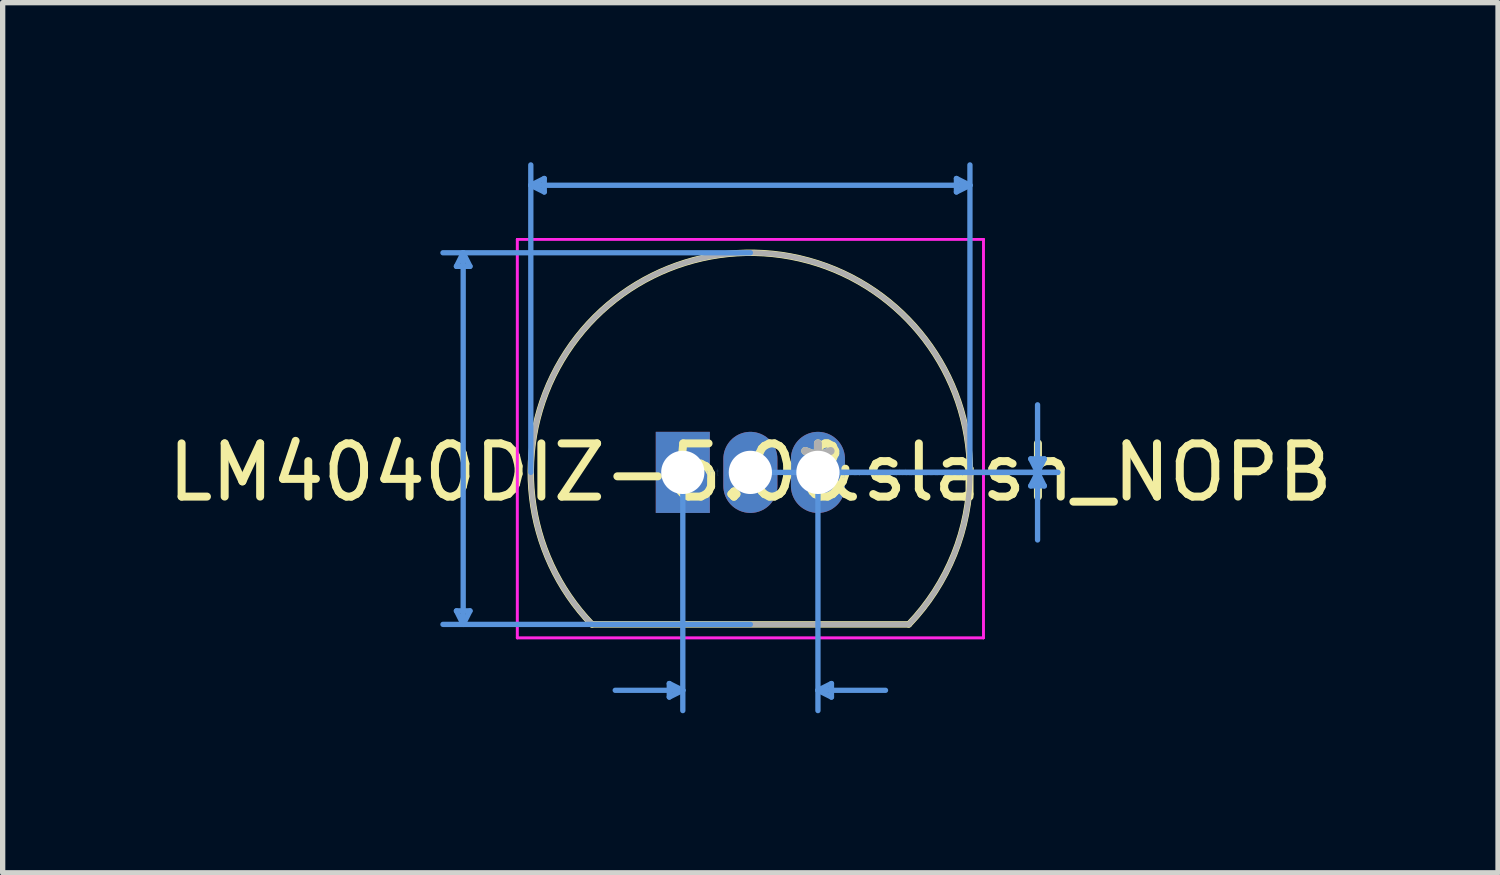
<source format=kicad_pcb>
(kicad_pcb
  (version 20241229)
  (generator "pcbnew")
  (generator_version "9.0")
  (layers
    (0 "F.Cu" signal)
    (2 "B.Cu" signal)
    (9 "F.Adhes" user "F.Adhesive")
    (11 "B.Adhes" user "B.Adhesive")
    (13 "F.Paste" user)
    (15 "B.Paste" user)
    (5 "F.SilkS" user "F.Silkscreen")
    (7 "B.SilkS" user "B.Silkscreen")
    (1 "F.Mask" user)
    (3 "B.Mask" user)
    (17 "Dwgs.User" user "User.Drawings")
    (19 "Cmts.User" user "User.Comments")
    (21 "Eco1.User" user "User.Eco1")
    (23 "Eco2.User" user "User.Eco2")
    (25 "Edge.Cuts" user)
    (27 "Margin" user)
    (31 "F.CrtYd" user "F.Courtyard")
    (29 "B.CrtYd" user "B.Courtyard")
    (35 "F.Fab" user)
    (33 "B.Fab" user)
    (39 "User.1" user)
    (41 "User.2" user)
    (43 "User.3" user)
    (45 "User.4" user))
  (footprint "LM4040DIZ-5.0&slash_NOPB"
    (layer "F.Cu")
    (at 12.324 5.829)
    (property "Reference" "LM4040DIZ-5.0&slash_NOPB" (at -1.27 0 0) (layer "F.SilkS") (effects (font (size 1 1) (thickness 0.15))))
    (attr through_hole)
    (fp_line (start -4.248 2.857) (end 1.708 2.857) (stroke (width 0.12) (type solid)) (layer "F.SilkS"))
    (fp_arc (start -4.248417 2.857497) (mid -2.809942 -3.82947) (end 2.8575 0) (stroke (width 0.12) (type solid)) (layer "F.SilkS"))
    (fp_arc (start 2.8575 0) (mid 2.55947 1.539941) (end 1.708418 2.857496) (stroke (width 0.12) (type solid)) (layer "F.SilkS"))
    (fp_line (start -6.795 -3.873) (end -6.54 -3.873) (stroke (width 0.1) (type solid)) (layer "Cmts.User"))
    (fp_line (start -6.795 2.603) (end -6.54 2.603) (stroke (width 0.1) (type solid)) (layer "Cmts.User"))
    (fp_line (start -6.668 -4.128) (end -6.795 -3.873) (stroke (width 0.1) (type solid)) (layer "Cmts.User"))
    (fp_line (start -6.668 -4.128) (end -6.668 2.857) (stroke (width 0.1) (type solid)) (layer "Cmts.User"))
    (fp_line (start -6.668 -4.128) (end -6.54 -3.873) (stroke (width 0.1) (type solid)) (layer "Cmts.User"))
    (fp_line (start -6.668 2.857) (end -6.795 2.603) (stroke (width 0.1) (type solid)) (layer "Cmts.User"))
    (fp_line (start -6.668 2.857) (end -6.54 2.603) (stroke (width 0.1) (type solid)) (layer "Cmts.User"))
    (fp_line (start -5.397 -5.397) (end -5.144 -5.524) (stroke (width 0.1) (type solid)) (layer "Cmts.User"))
    (fp_line (start -5.397 -5.397) (end -5.144 -5.271) (stroke (width 0.1) (type solid)) (layer "Cmts.User"))
    (fp_line (start -5.397 -5.397) (end 2.857 -5.397) (stroke (width 0.1) (type solid)) (layer "Cmts.User"))
    (fp_line (start -5.397 0) (end -5.397 -5.779) (stroke (width 0.1) (type solid)) (layer "Cmts.User"))
    (fp_line (start -5.144 -5.524) (end -5.144 -5.271) (stroke (width 0.1) (type solid)) (layer "Cmts.User"))
    (fp_line (start -2.794 3.969) (end -2.794 4.223) (stroke (width 0.1) (type solid)) (layer "Cmts.User"))
    (fp_line (start -2.54 0) (end -2.54 4.477) (stroke (width 0.1) (type solid)) (layer "Cmts.User"))
    (fp_line (start -2.54 4.096) (end -3.81 4.096) (stroke (width 0.1) (type solid)) (layer "Cmts.User"))
    (fp_line (start -2.54 4.096) (end -2.794 3.969) (stroke (width 0.1) (type solid)) (layer "Cmts.User"))
    (fp_line (start -2.54 4.096) (end -2.794 4.223) (stroke (width 0.1) (type solid)) (layer "Cmts.User"))
    (fp_line (start -1.27 -4.128) (end -7.048 -4.128) (stroke (width 0.1) (type solid)) (layer "Cmts.User"))
    (fp_line (start -1.27 2.857) (end -7.048 2.857) (stroke (width 0.1) (type solid)) (layer "Cmts.User"))
    (fp_line (start -1.016 0) (end 4.508 0) (stroke (width 0.1) (type solid)) (layer "Cmts.User"))
    (fp_line (start 0 0) (end 0 4.477) (stroke (width 0.1) (type solid)) (layer "Cmts.User"))
    (fp_line (start 0 0) (end 4.508 0) (stroke (width 0.1) (type solid)) (layer "Cmts.User"))
    (fp_line (start 0 4.096) (end 0.254 3.969) (stroke (width 0.1) (type solid)) (layer "Cmts.User"))
    (fp_line (start 0 4.096) (end 0.254 4.223) (stroke (width 0.1) (type solid)) (layer "Cmts.User"))
    (fp_line (start 0 4.096) (end 1.27 4.096) (stroke (width 0.1) (type solid)) (layer "Cmts.User"))
    (fp_line (start 0.254 3.969) (end 0.254 4.223) (stroke (width 0.1) (type solid)) (layer "Cmts.User"))
    (fp_line (start 2.603 -5.524) (end 2.603 -5.271) (stroke (width 0.1) (type solid)) (layer "Cmts.User"))
    (fp_line (start 2.857 -5.397) (end 2.603 -5.524) (stroke (width 0.1) (type solid)) (layer "Cmts.User"))
    (fp_line (start 2.857 -5.397) (end 2.603 -5.271) (stroke (width 0.1) (type solid)) (layer "Cmts.User"))
    (fp_line (start 2.857 0) (end 2.857 -5.779) (stroke (width 0.1) (type solid)) (layer "Cmts.User"))
    (fp_line (start 4 -0.254) (end 4.255 -0.254) (stroke (width 0.1) (type solid)) (layer "Cmts.User"))
    (fp_line (start 4 0.254) (end 4.255 0.254) (stroke (width 0.1) (type solid)) (layer "Cmts.User"))
    (fp_line (start 4.128 0) (end 4 -0.254) (stroke (width 0.1) (type solid)) (layer "Cmts.User"))
    (fp_line (start 4.128 0) (end 4 0.254) (stroke (width 0.1) (type solid)) (layer "Cmts.User"))
    (fp_line (start 4.128 0) (end 4.128 -1.27) (stroke (width 0.1) (type solid)) (layer "Cmts.User"))
    (fp_line (start 4.128 0) (end 4.128 1.27) (stroke (width 0.1) (type solid)) (layer "Cmts.User"))
    (fp_line (start 4.128 0) (end 4.255 -0.254) (stroke (width 0.1) (type solid)) (layer "Cmts.User"))
    (fp_line (start 4.128 0) (end 4.255 0.254) (stroke (width 0.1) (type solid)) (layer "Cmts.User"))
    (fp_line (start -5.652 -4.381) (end 3.111 -4.381) (stroke (width 0.05) (type solid)) (layer "F.CrtYd"))
    (fp_line (start -5.652 -4.381) (end 3.111 -4.381) (stroke (width 0.05) (type solid)) (layer "F.CrtYd"))
    (fp_line (start -5.652 3.111) (end -5.652 -4.381) (stroke (width 0.05) (type solid)) (layer "F.CrtYd"))
    (fp_line (start -5.652 3.111) (end -5.652 -4.381) (stroke (width 0.05) (type solid)) (layer "F.CrtYd"))
    (fp_line (start 3.111 -4.381) (end 3.111 3.111) (stroke (width 0.05) (type solid)) (layer "F.CrtYd"))
    (fp_line (start 3.111 -4.381) (end 3.111 3.111) (stroke (width 0.05) (type solid)) (layer "F.CrtYd"))
    (fp_line (start 3.111 3.111) (end -5.652 3.111) (stroke (width 0.05) (type solid)) (layer "F.CrtYd"))
    (fp_line (start 3.111 3.111) (end -5.652 3.111) (stroke (width 0.05) (type solid)) (layer "F.CrtYd"))
    (fp_line (start -4.248 2.857) (end 1.708 2.857) (stroke (width 0.1) (type solid)) (layer "F.Fab"))
    (fp_arc (start -4.248415 2.857499) (mid -1.269999 -4.1275) (end 1.708414 2.8575) (stroke (width 0.1) (type solid)) (layer "F.Fab"))
    (fp_text user "*" (at 0 0 0) (layer "F.SilkS") (effects (font (size 1 1) (thickness 0.15))))
    (fp_text user "Copyright 2021 Accelerated Designs. All rights reserved." (at 0 0 0) (layer "Cmts.User") (effects (font (size 0.127 0.127) (thickness 0.002))))
    (fp_text user "*" (at 0 0 0) (layer "F.Fab") (effects (font (size 1 1) (thickness 0.15))))
    (pad "1" thru_hole rect (at -2.54 0) (size 1.016 1.524) (drill 0.813) (layers "*.Cu" "*.Mask"))
    (pad "2" thru_hole oval (at -1.27 0) (size 1.016 1.524) (drill 0.813) (layers "*.Cu" "*.Mask"))
    (pad "3" thru_hole oval (at 0 0) (size 1.016 1.524) (drill 0.813) (layers "*.Cu" "*.Mask")))
  (gr_rect
    (start -3 -3)
    (end 25.107 13.355)
    (stroke (width 0.1) (type default))
    (fill no)
    (layer "Edge.Cuts")))
</source>
